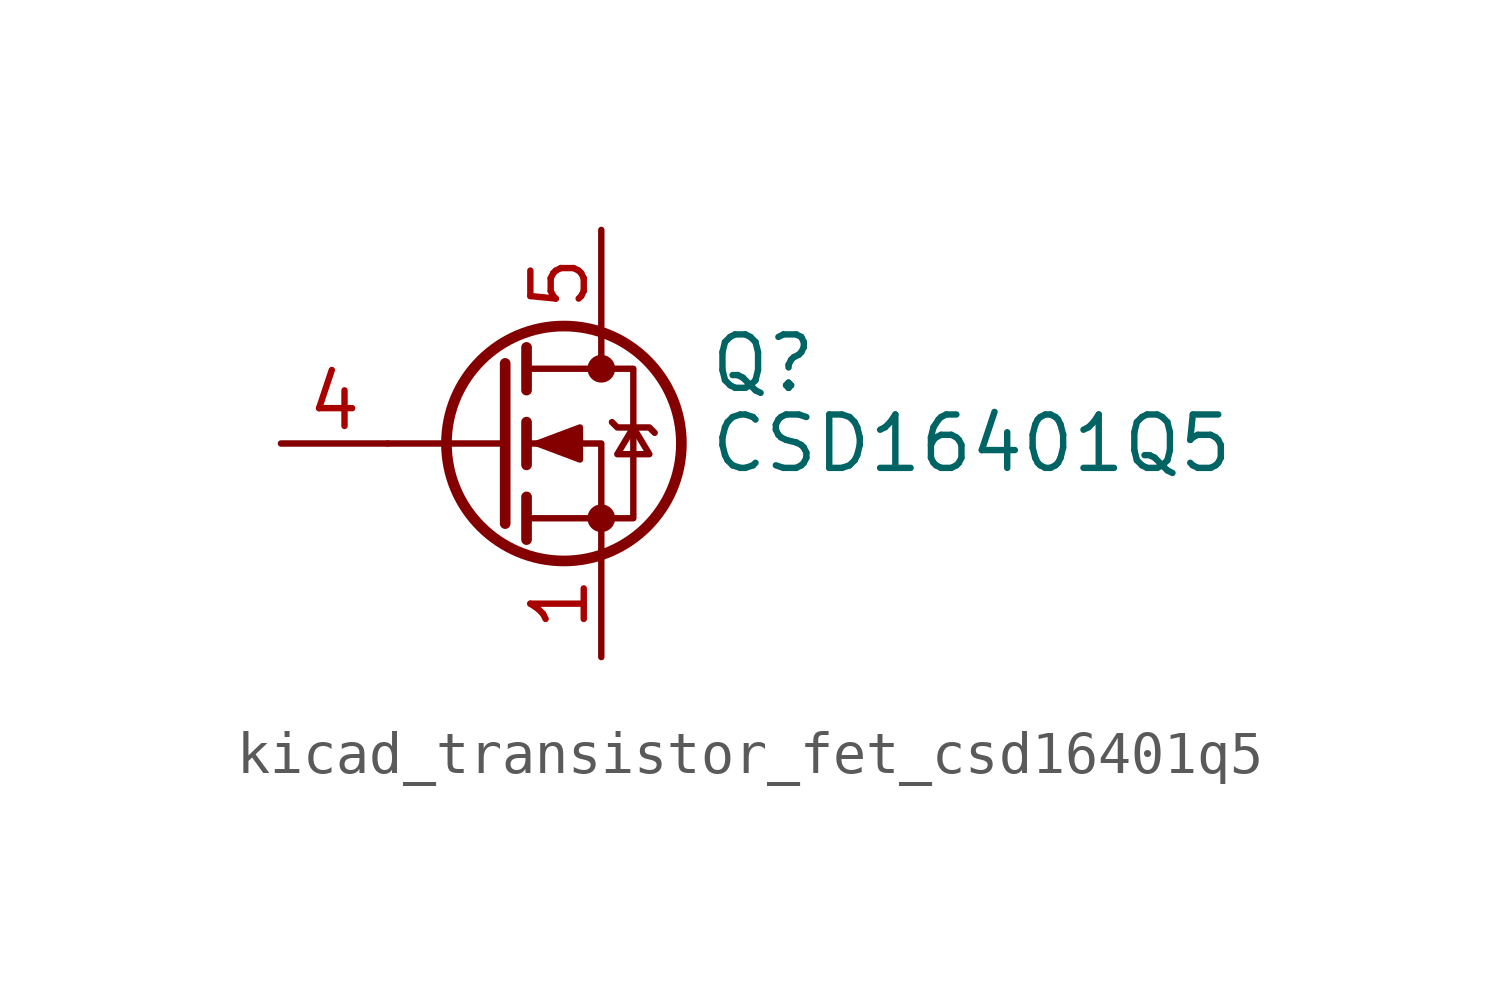
<source format=kicad_sym>
(kicad_symbol_lib
  (version 20220914)
  (generator kicad_symbol_editor)
  (symbol "kicad_transistor_fet_csd16401q5"
    (pin_names hide)
    (property "Reference" "Q"
      (at 5.08 1.905 0)
      (effects (font (size 1.27 1.27)) (justify left)))
    (property "Value" "CSD16401Q5"
      (at 5.08 0 0)
      (effects (font (size 1.27 1.27)) (justify left)))
    (symbol "kicad_transistor_fet_csd16401q5_0_1"
      (polyline (pts (xy 0.254 0) (xy -2.54 0)) (stroke (width 0) (type default)) (fill (type none)))
      (polyline (pts (xy 0.254 1.905) (xy 0.254 -1.905)) (stroke (width 0.254) (type default)) (fill (type none)))
      (polyline (pts (xy 0.762 -1.27) (xy 0.762 -2.286)) (stroke (width 0.254) (type default)) (fill (type none)))
      (polyline (pts (xy 0.762 0.508) (xy 0.762 -0.508)) (stroke (width 0.254) (type default)) (fill (type none)))
      (polyline (pts (xy 0.762 2.286) (xy 0.762 1.27)) (stroke (width 0.254) (type default)) (fill (type none)))
      (polyline (pts (xy 2.54 2.54) (xy 2.54 1.778)) (stroke (width 0) (type default)) (fill (type none)))
      (polyline (pts (xy 2.54 -2.54) (xy 2.54 0) (xy 0.762 0)) (stroke (width 0) (type default)) (fill (type none)))
      (polyline (pts (xy 0.762 -1.778) (xy 3.302 -1.778) (xy 3.302 1.778) (xy 0.762 1.778)) (stroke (width 0) (type default)) (fill (type none)))
      (polyline (pts (xy 1.016 0) (xy 2.032 0.381) (xy 2.032 -0.381) (xy 1.016 0)) (stroke (width 0) (type default)) (fill (type outline)))
      (polyline (pts (xy 2.794 0.508) (xy 2.921 0.381) (xy 3.683 0.381) (xy 3.81 0.254)) (stroke (width 0) (type default)) (fill (type none)))
      (polyline (pts (xy 3.302 0.381) (xy 2.921 -0.254) (xy 3.683 -0.254) (xy 3.302 0.381)) (stroke (width 0) (type default)) (fill (type none)))
      (circle (center 1.651 0) (radius 2.794) (stroke (width 0.254) (type default)) (fill (type none)))
      (circle (center 2.54 -1.778) (radius 0.254) (stroke (width 0) (type default)) (fill (type outline)))
      (circle (center 2.54 1.778) (radius 0.254) (stroke (width 0) (type default)) (fill (type outline))))
    (symbol "kicad_transistor_fet_csd16401q5_1_1"
      (pin passive line (at 2.54 -5.08 90) (length 2.54) (name "S" (effects (font (size 1.27 1.27)))) (number "1" (effects (font (size 1.27 1.27)))))
      (pin passive line (at 2.54 -5.08 90) (length 2.54) hide (name "S" (effects (font (size 1.27 1.27)))) (number "2" (effects (font (size 1.27 1.27)))))
      (pin passive line (at 2.54 -5.08 90) (length 2.54) hide (name "S" (effects (font (size 1.27 1.27)))) (number "3" (effects (font (size 1.27 1.27)))))
      (pin passive line (at -5.08 0 0) (length 2.54) (name "G" (effects (font (size 1.27 1.27)))) (number "4" (effects (font (size 1.27 1.27)))))
      (pin passive line (at 2.54 5.08 270) (length 2.54) (name "D" (effects (font (size 1.27 1.27)))) (number "5" (effects (font (size 1.27 1.27))))))))
</source>
